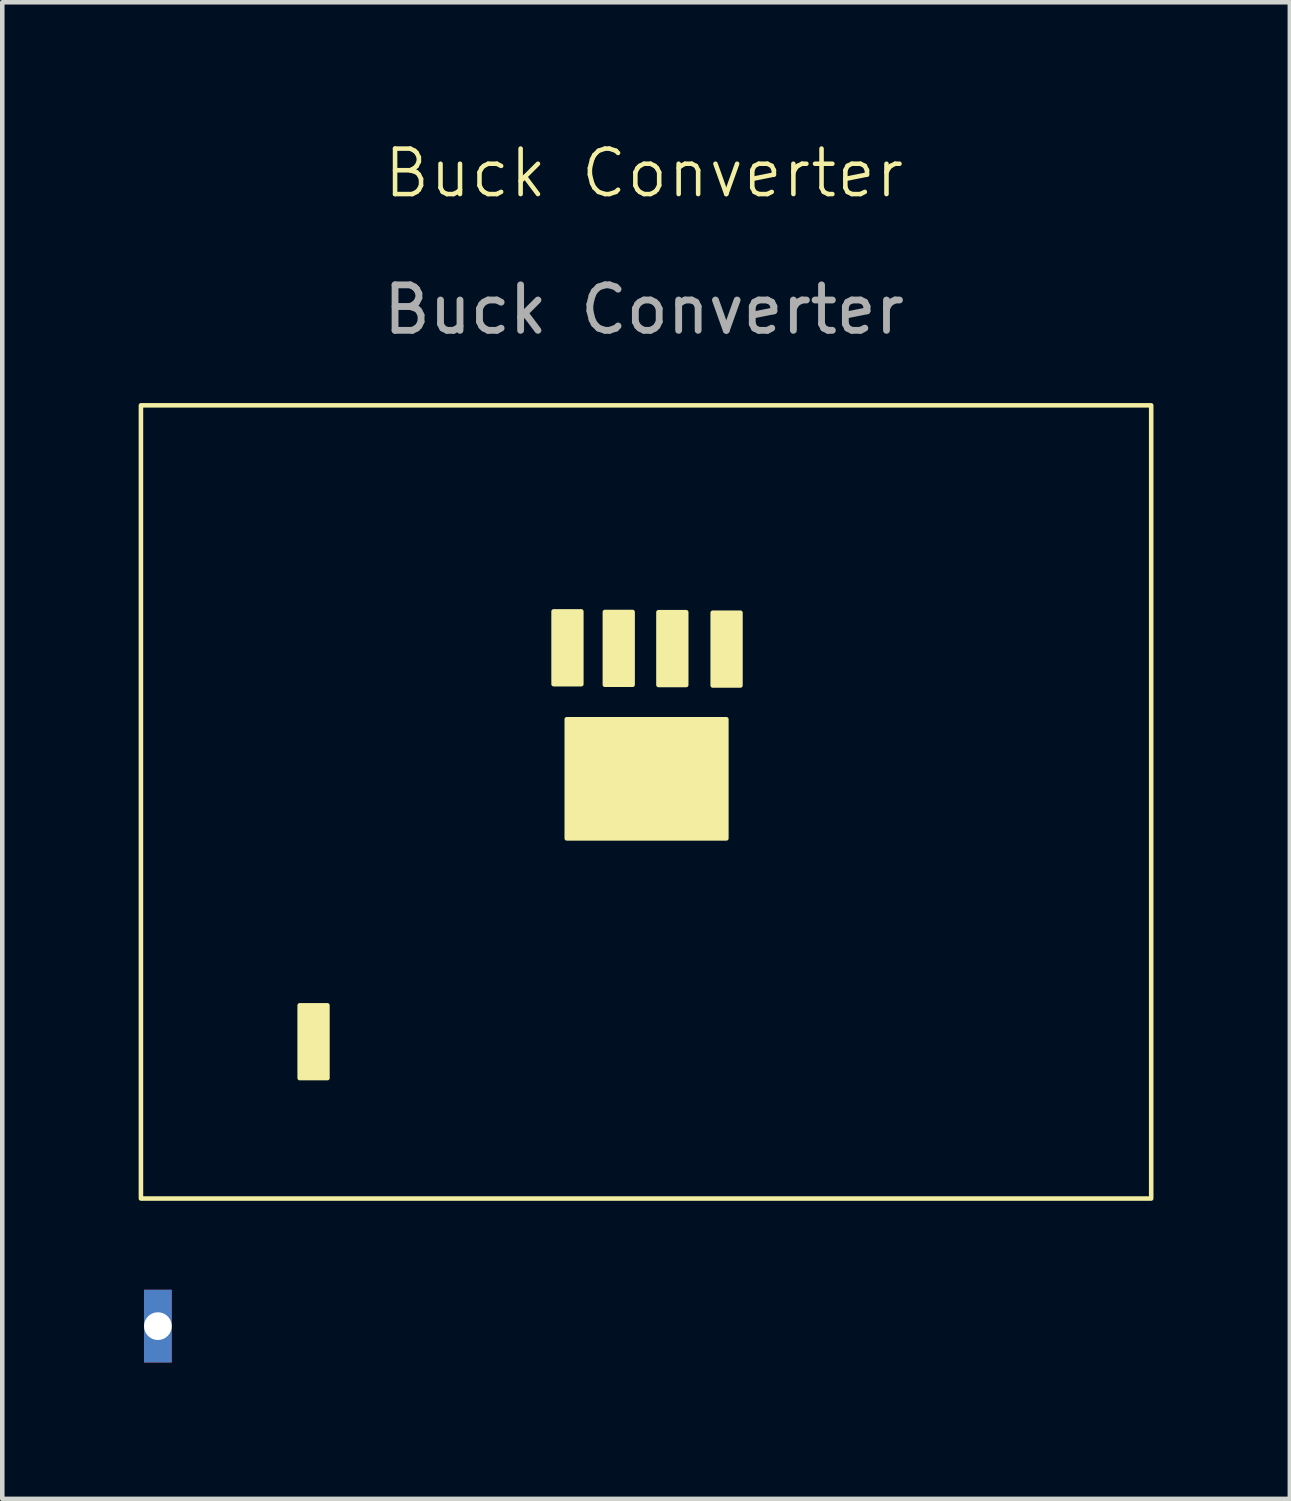
<source format=kicad_pcb>
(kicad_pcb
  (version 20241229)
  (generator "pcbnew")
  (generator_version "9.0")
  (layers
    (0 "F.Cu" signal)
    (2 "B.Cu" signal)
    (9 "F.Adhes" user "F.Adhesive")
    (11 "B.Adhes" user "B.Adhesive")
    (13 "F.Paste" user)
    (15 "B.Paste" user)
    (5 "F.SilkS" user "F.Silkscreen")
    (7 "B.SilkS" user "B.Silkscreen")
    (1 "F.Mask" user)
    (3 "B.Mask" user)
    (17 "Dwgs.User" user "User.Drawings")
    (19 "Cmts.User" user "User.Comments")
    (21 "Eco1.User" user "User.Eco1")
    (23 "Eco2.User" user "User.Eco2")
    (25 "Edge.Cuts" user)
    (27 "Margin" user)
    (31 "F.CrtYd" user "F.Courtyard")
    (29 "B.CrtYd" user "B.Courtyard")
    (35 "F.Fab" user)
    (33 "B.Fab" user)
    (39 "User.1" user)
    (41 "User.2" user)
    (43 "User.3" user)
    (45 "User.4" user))
  (footprint "Buck Converter"
    (layer "F.Cu")
    (at 11.246 14.146)
    (property "Reference" "Buck Converter" (at -0.13 -13.385 0) (unlocked yes) (layer "F.SilkS") (effects (font (size 1 1) (thickness 0.1))))
    (attr through_hole)
    (fp_rect (start -11.196 -8.28) (end 11.026 9.167) (stroke (width 0.1) (type default)) (fill no) (layer "F.SilkS"))
    (fp_rect (start -7.704 4.918) (end -7.094 6.518) (stroke (width 0.1) (type solid)) (fill yes) (layer "F.SilkS"))
    (fp_rect (start -2.119 -3.747) (end -1.509 -2.147) (stroke (width 0.1) (type solid)) (fill yes) (layer "F.SilkS"))
    (fp_rect (start -1.829 -1.375) (end 1.681 1.245) (stroke (width 0.1) (type solid)) (fill yes) (layer "F.SilkS"))
    (fp_rect (start -0.991 -3.734) (end -0.381 -2.134) (stroke (width 0.1) (type solid)) (fill yes) (layer "F.SilkS"))
    (fp_rect (start 0.188 -3.729) (end 0.798 -2.129) (stroke (width 0.1) (type solid)) (fill yes) (layer "F.SilkS"))
    (fp_rect (start 1.381 -3.718) (end 1.991 -2.118) (stroke (width 0.1) (type solid)) (fill yes) (layer "F.SilkS"))
    (fp_text user "${REFERENCE}" (at -0.13 -10.385 0) (unlocked yes) (layer "F.Fab") (effects (font (size 1 1) (thickness 0.15))))
    (pad "1" thru_hole rect (at -10.823 11.974) (size 0.61 1.6) (drill 0.762) (layers "*.Cu" "F.Mask")))
  (gr_rect
    (start -3 -3)
    (end 25.322 29.919)
    (stroke (width 0.1) (type default))
    (fill no)
    (layer "Edge.Cuts")))
</source>
